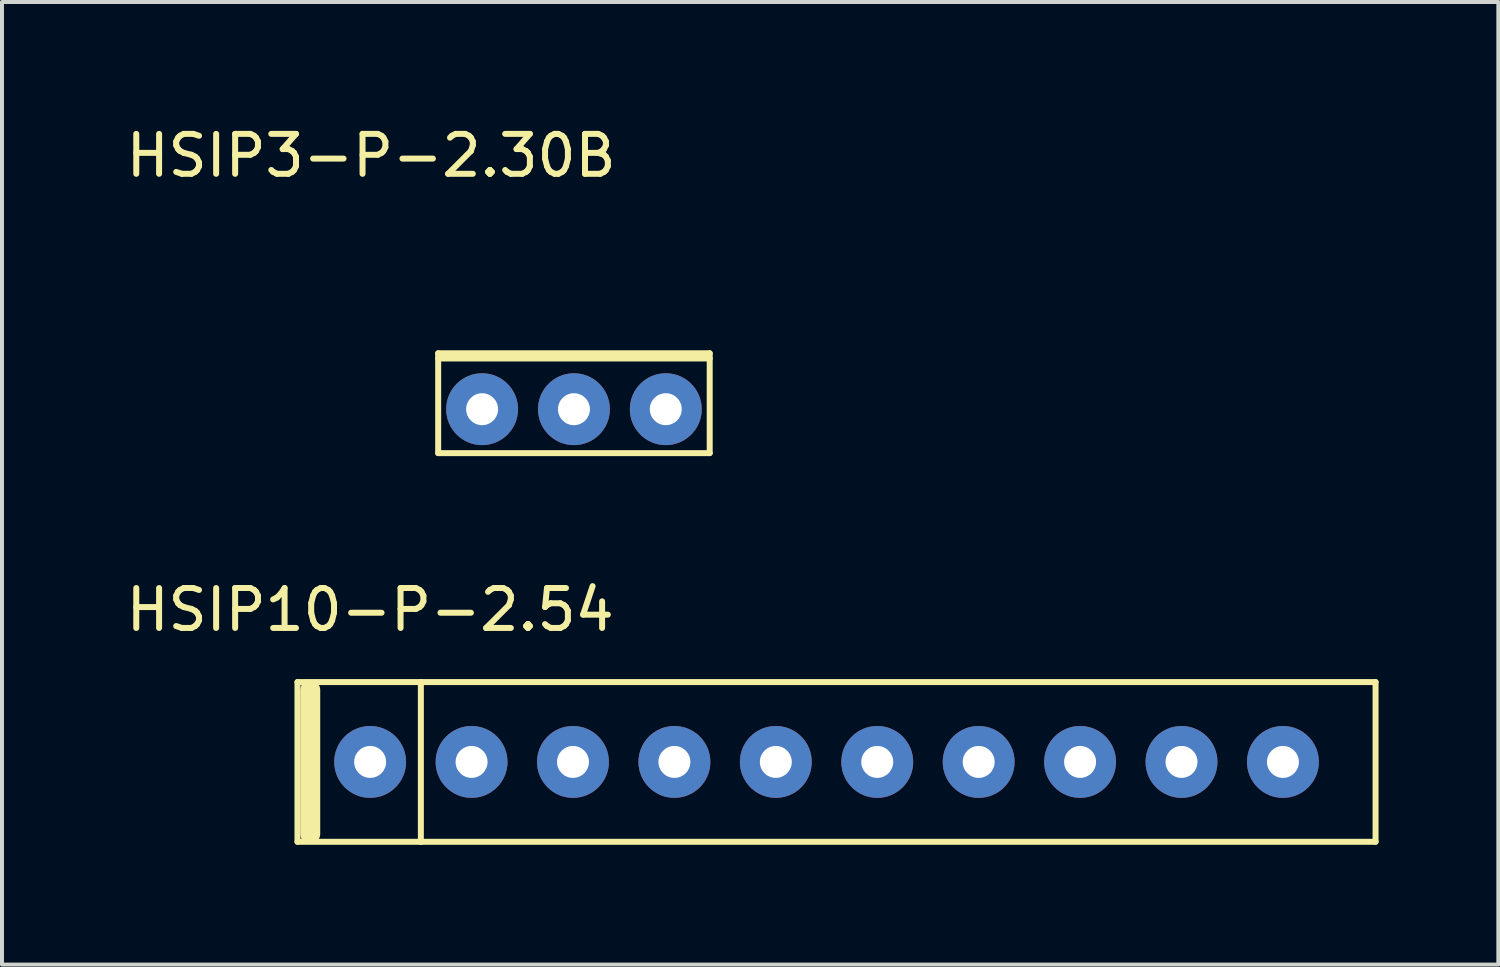
<source format=kicad_pcb>
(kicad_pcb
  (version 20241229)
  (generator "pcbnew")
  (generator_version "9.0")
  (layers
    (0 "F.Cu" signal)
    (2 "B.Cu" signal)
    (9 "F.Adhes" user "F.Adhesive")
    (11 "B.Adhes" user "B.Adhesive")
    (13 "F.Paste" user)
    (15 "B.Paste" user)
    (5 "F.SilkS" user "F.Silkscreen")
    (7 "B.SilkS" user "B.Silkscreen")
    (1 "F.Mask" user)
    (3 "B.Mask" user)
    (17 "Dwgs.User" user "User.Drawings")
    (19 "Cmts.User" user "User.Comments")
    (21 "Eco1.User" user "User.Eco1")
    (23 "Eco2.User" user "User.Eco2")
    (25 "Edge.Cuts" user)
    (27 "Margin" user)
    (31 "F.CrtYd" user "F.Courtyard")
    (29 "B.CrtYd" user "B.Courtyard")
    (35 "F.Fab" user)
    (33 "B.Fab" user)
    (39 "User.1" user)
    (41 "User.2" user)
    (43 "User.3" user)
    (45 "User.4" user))
  (footprint "HSIP10-P-2.54"
    (layer "F.Cu")
    (at 6.22 16.032)
    (property "Reference" "HSIP10-P-2.54" (at 0 -3.81 0) (layer "F.SilkS") (effects (font (size 1 1) (thickness 0.15))))
    (attr through_hole)
    (fp_line (start -1.82 -2) (end 1.27 -2) (stroke (width 0.15) (type solid)) (layer "F.SilkS"))
    (fp_line (start -1.82 2) (end -1.82 -2) (stroke (width 0.15) (type solid)) (layer "F.SilkS"))
    (fp_line (start -1.5 -1.8) (end -1.5 1.8) (stroke (width 0.5) (type solid)) (layer "F.SilkS"))
    (fp_line (start 1.27 -2) (end 1.27 2) (stroke (width 0.15) (type solid)) (layer "F.SilkS"))
    (fp_line (start 1.27 -2) (end 25.18 -2) (stroke (width 0.15) (type solid)) (layer "F.SilkS"))
    (fp_line (start 1.27 2) (end -1.82 2) (stroke (width 0.15) (type solid)) (layer "F.SilkS"))
    (fp_line (start 25.18 -2) (end 25.18 2) (stroke (width 0.15) (type solid)) (layer "F.SilkS"))
    (fp_line (start 25.18 2) (end 1.27 2) (stroke (width 0.15) (type solid)) (layer "F.SilkS"))
    (pad "1" thru_hole circle (at 0 0) (size 1.8 1.8) (drill 0.8) (layers "*.Cu" "*.Mask"))
    (pad "2" thru_hole circle (at 2.54 0) (size 1.8 1.8) (drill 0.8) (layers "*.Cu" "*.Mask"))
    (pad "3" thru_hole circle (at 5.08 0) (size 1.8 1.8) (drill 0.8) (layers "*.Cu" "*.Mask"))
    (pad "4" thru_hole circle (at 7.62 0) (size 1.8 1.8) (drill 0.8) (layers "*.Cu" "*.Mask"))
    (pad "5" thru_hole circle (at 10.16 0) (size 1.8 1.8) (drill 0.8) (layers "*.Cu" "*.Mask"))
    (pad "6" thru_hole circle (at 12.7 0) (size 1.8 1.8) (drill 0.8) (layers "*.Cu" "*.Mask"))
    (pad "7" thru_hole circle (at 15.24 0) (size 1.8 1.8) (drill 0.8) (layers "*.Cu" "*.Mask"))
    (pad "8" thru_hole circle (at 17.78 0) (size 1.8 1.8) (drill 0.8) (layers "*.Cu" "*.Mask"))
    (pad "9" thru_hole circle (at 20.32 0) (size 1.8 1.8) (drill 0.8) (layers "*.Cu" "*.Mask"))
    (pad "10" thru_hole circle (at 22.86 0) (size 1.8 1.8) (drill 0.8) (layers "*.Cu" "*.Mask")))
  (footprint "HSIP3-P-2.30B"
    (layer "F.Cu")
    (at 11.324 7.198)
    (property "Reference" "HSIP3-P-2.30B" (at -5.08 -6.35 0) (layer "F.SilkS") (effects (font (size 1 1) (thickness 0.15))))
    (attr through_hole)
    (fp_line (start -3.4 -1.4) (end 3.4 -1.4) (stroke (width 0.15) (type solid)) (layer "F.SilkS"))
    (fp_line (start -3.4 -1.27) (end 3.4 -1.27) (stroke (width 0.15) (type solid)) (layer "F.SilkS"))
    (fp_line (start -3.4 1.1) (end -3.4 -1.4) (stroke (width 0.15) (type solid)) (layer "F.SilkS"))
    (fp_line (start 3.4 -1.4) (end 3.4 1.1) (stroke (width 0.15) (type solid)) (layer "F.SilkS"))
    (fp_line (start 3.4 1.1) (end -3.4 1.1) (stroke (width 0.15) (type solid)) (layer "F.SilkS"))
    (pad "1" thru_hole circle (at -2.3 0) (size 1.8 1.8) (drill 0.8) (layers "*.Cu" "*.Mask"))
    (pad "2" thru_hole circle (at 0 0) (size 1.8 1.8) (drill 0.8) (layers "*.Cu" "*.Mask"))
    (pad "3" thru_hole circle (at 2.3 0) (size 1.8 1.8) (drill 0.8) (layers "*.Cu" "*.Mask")))
  (gr_rect
    (start -3 -3)
    (end 34.475 21.107)
    (stroke (width 0.1) (type default))
    (fill no)
    (layer "Edge.Cuts")))
</source>
